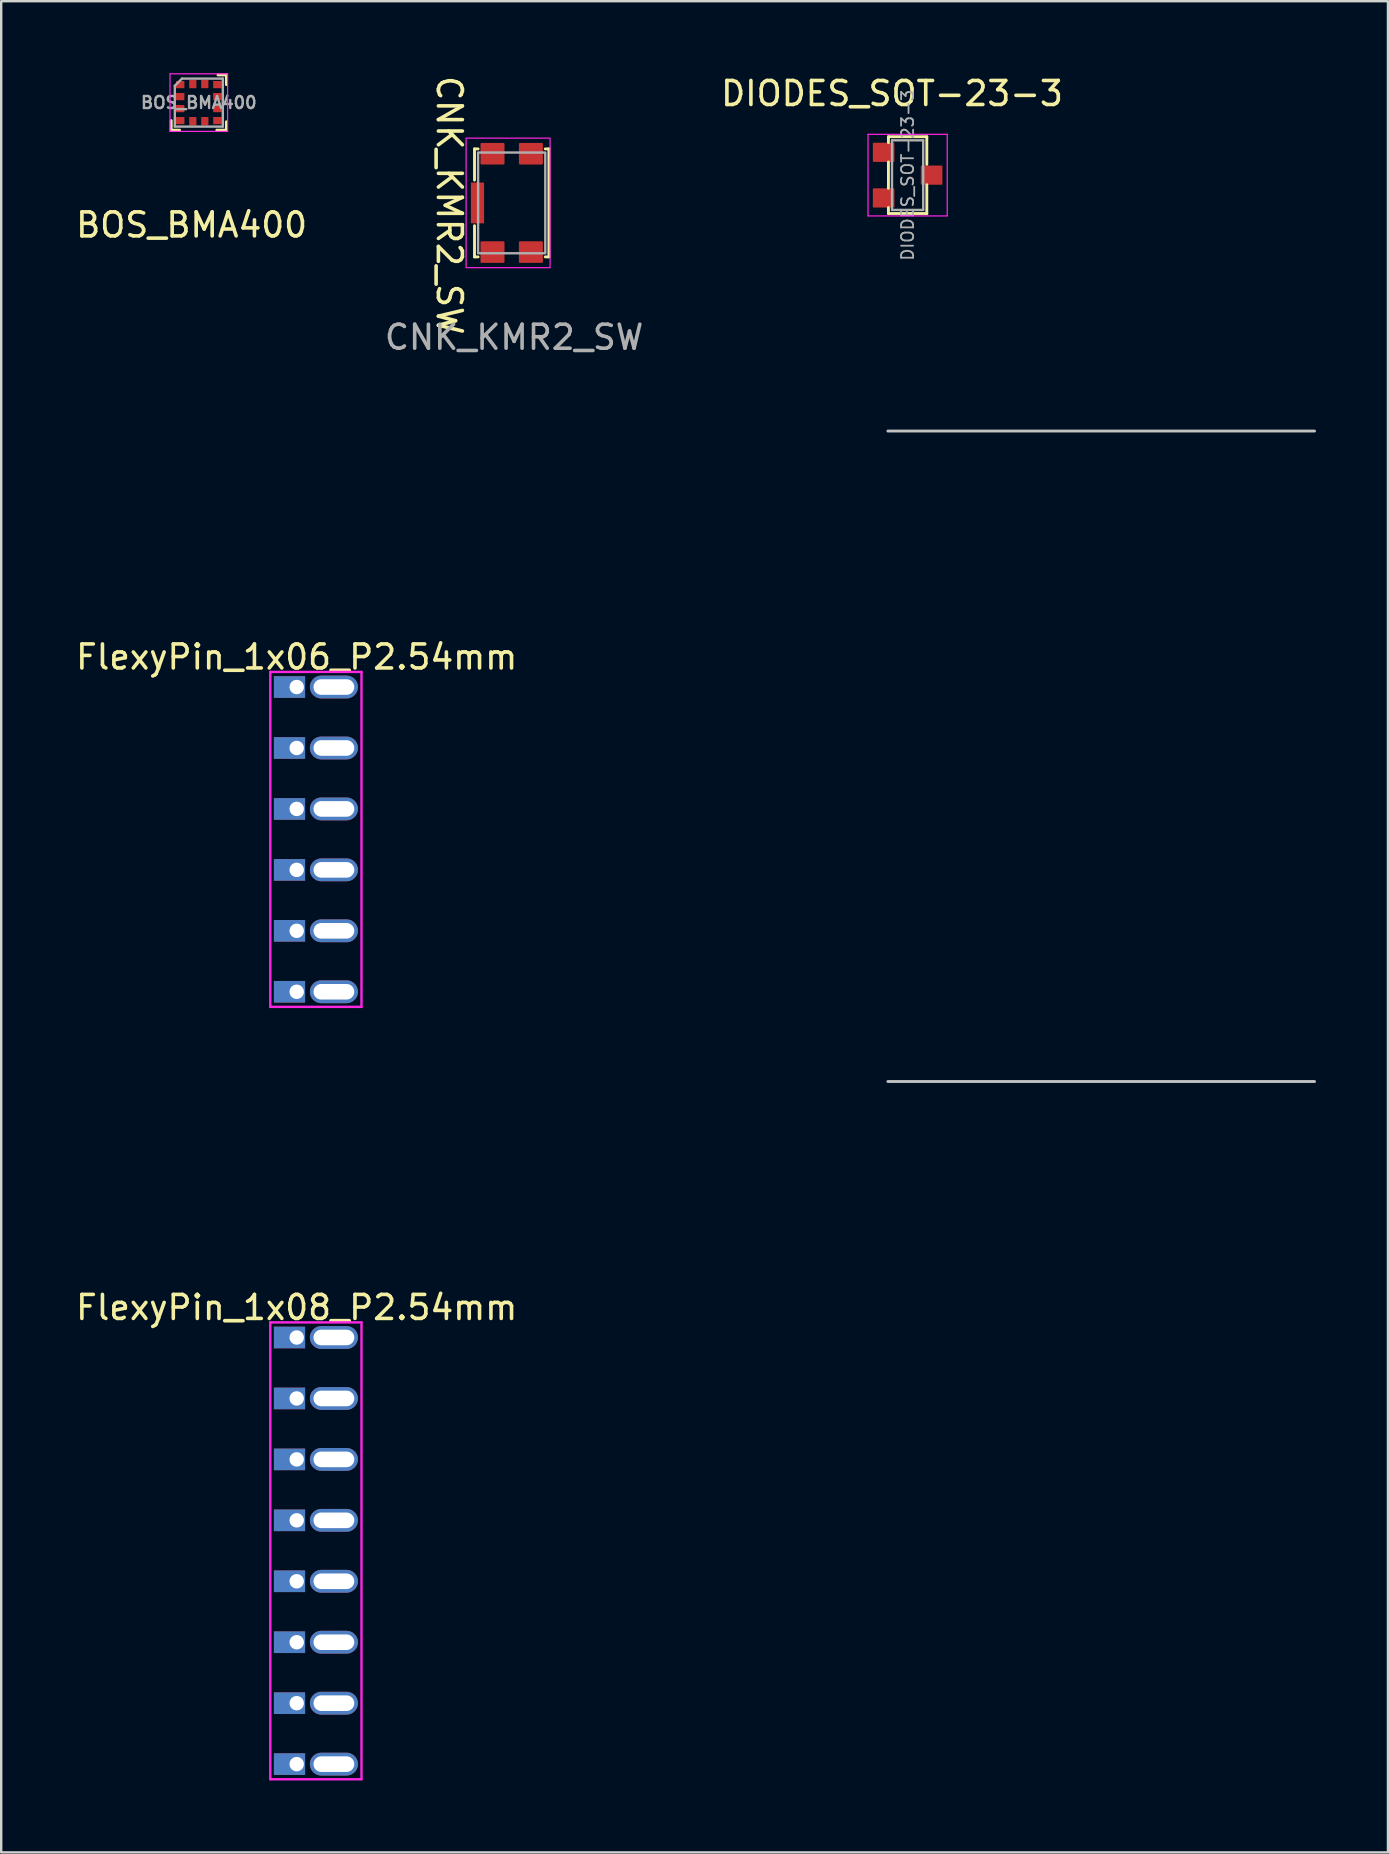
<source format=kicad_pcb>
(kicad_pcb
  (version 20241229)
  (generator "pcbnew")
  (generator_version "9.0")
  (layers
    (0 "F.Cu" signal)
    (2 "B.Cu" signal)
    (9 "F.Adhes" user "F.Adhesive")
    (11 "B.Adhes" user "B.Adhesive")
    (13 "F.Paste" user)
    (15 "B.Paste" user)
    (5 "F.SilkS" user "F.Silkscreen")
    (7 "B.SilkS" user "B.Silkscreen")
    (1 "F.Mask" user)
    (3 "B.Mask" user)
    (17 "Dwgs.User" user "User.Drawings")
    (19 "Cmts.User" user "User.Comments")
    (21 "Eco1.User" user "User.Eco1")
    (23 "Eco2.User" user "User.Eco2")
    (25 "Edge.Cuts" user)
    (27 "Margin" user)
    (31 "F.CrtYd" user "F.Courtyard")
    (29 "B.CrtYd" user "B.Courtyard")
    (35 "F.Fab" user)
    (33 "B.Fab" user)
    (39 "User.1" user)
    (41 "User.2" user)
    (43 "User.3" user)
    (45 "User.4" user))
  (footprint "DIODES_SOT-23-3"
    (layer "F.Cu")
    (at 34.775 4.248)
    (property "Reference" "DIODES_SOT-23-3" (at -0.65 -3.4 0) (layer "F.SilkS") (effects (font (size 1 1) (thickness 0.15))))
    (attr smd)
    (fp_line (start -0.8 -1.6) (end 0.8 -1.6) (stroke (width 0.12) (type solid)) (layer "F.SilkS"))
    (fp_line (start -0.8 -1.35) (end -0.8 -1.6) (stroke (width 0.12) (type solid)) (layer "F.SilkS"))
    (fp_line (start -0.8 0.55) (end -0.8 -0.55) (stroke (width 0.12) (type solid)) (layer "F.SilkS"))
    (fp_line (start -0.8 1.6) (end -0.8 1.35) (stroke (width 0.12) (type solid)) (layer "F.SilkS"))
    (fp_line (start 0.8 -1.6) (end 0.8 -0.45) (stroke (width 0.12) (type solid)) (layer "F.SilkS"))
    (fp_line (start 0.8 0.4) (end 0.8 1.6) (stroke (width 0.12) (type solid)) (layer "F.SilkS"))
    (fp_line (start 0.8 1.6) (end -0.8 1.6) (stroke (width 0.12) (type solid)) (layer "F.SilkS"))
    (fp_line (start -1.65 -1.7) (end -1.65 1.7) (stroke (width 0.05) (type solid)) (layer "F.CrtYd"))
    (fp_line (start -1.65 -1.7) (end 1.65 -1.7) (stroke (width 0.05) (type solid)) (layer "F.CrtYd"))
    (fp_line (start 1.65 1.7) (end -1.65 1.7) (stroke (width 0.05) (type solid)) (layer "F.CrtYd"))
    (fp_line (start 1.65 1.7) (end 1.65 -1.7) (stroke (width 0.05) (type solid)) (layer "F.CrtYd"))
    (fp_line (start -0.65 -1.45) (end 0.65 -1.45) (stroke (width 0.1) (type solid)) (layer "F.Fab"))
    (fp_line (start -0.65 1.45) (end -0.65 -1.45) (stroke (width 0.1) (type solid)) (layer "F.Fab"))
    (fp_line (start 0.65 -1.45) (end 0.65 1.45) (stroke (width 0.1) (type solid)) (layer "F.Fab"))
    (fp_line (start 0.65 1.45) (end -0.65 1.45) (stroke (width 0.1) (type solid)) (layer "F.Fab"))
    (fp_text user "${REFERENCE}" (at 0 0 90) (layer "F.Fab") (effects (font (size 0.5 0.5) (thickness 0.075))))
    (pad "1" smd roundrect (at -1 -0.95) (size 0.9 0.8) (layers "F.Cu" "F.Mask" "F.Paste") (roundrect_rratio 0.05))
    (pad "2" smd roundrect (at -1 0.95) (size 0.9 0.8) (layers "F.Cu" "F.Mask" "F.Paste") (roundrect_rratio 0.05))
    (pad "3" smd roundrect (at 1 0) (size 0.9 0.8) (layers "F.Cu" "F.Mask" "F.Paste") (roundrect_rratio 0.05)))
  (footprint "FlexyPin_1x06_P2.54mm"
    (layer "F.Cu")
    (at 9.315 25.582)
    (property "Reference" "FlexyPin_1x06_P2.54mm" (at 0 -1.25 0) (layer "F.SilkS") (effects (font (size 1 1) (thickness 0.15))))
    (attr through_hole)
    (fp_line (start 24.638 -10.668) (end 42.418 -10.668) (stroke (width 0.12) (type solid)) (layer "Dwgs.User"))
    (fp_line (start -1.1 -0.63) (end 2.7 -0.63) (stroke (width 0.1) (type solid)) (layer "F.CrtYd"))
    (fp_line (start -1.1 13.33) (end -1.1 -0.63) (stroke (width 0.1) (type solid)) (layer "F.CrtYd"))
    (fp_line (start 2.7 -0.63) (end 2.7 13.33) (stroke (width 0.1) (type solid)) (layer "F.CrtYd"))
    (fp_line (start 2.7 13.33) (end -1.1 13.33) (stroke (width 0.1) (type solid)) (layer "F.CrtYd"))
    (pad "" thru_hole oval (at 1.55 0) (size 2 0.95) (drill oval 1.7 0.65) (layers "*.Cu" "*.Mask"))
    (pad "" thru_hole oval (at 1.55 2.54) (size 2 0.95) (drill oval 1.7 0.65) (layers "*.Cu" "*.Mask"))
    (pad "" thru_hole oval (at 1.55 5.08) (size 2 0.95) (drill oval 1.7 0.65) (layers "*.Cu" "*.Mask"))
    (pad "" thru_hole oval (at 1.55 7.62) (size 2 0.95) (drill oval 1.7 0.65) (layers "*.Cu" "*.Mask"))
    (pad "" thru_hole oval (at 1.55 10.16) (size 2 0.95) (drill oval 1.7 0.65) (layers "*.Cu" "*.Mask"))
    (pad "" thru_hole oval (at 1.55 12.7) (size 2 0.95) (drill oval 1.7 0.65) (layers "*.Cu" "*.Mask"))
    (pad "1" thru_hole rect (at 0 0) (size 1.3 0.9) (drill 0.6 (offset -0.3 0)) (layers "*.Cu" "*.Mask"))
    (pad "2" thru_hole rect (at 0 2.54) (size 1.3 0.9) (drill 0.6 (offset -0.3 0)) (layers "*.Cu" "*.Mask"))
    (pad "3" thru_hole rect (at 0 5.08) (size 1.3 0.9) (drill 0.6 (offset -0.3 0)) (layers "*.Cu" "*.Mask"))
    (pad "4" thru_hole rect (at 0 7.62) (size 1.3 0.9) (drill 0.6 (offset -0.3 0)) (layers "*.Cu" "*.Mask"))
    (pad "5" thru_hole rect (at 0 10.16) (size 1.3 0.9) (drill 0.6 (offset -0.3 0)) (layers "*.Cu" "*.Mask"))
    (pad "6" thru_hole rect (at 0 12.7) (size 1.3 0.9) (drill 0.6 (offset -0.3 0)) (layers "*.Cu" "*.Mask")))
  (footprint "FlexyPin_1x08_P2.54mm"
    (layer "F.Cu")
    (at 9.315 52.69)
    (property "Reference" "FlexyPin_1x08_P2.54mm" (at 0 -1.25 0) (layer "F.SilkS") (effects (font (size 1 1) (thickness 0.15))))
    (attr through_hole)
    (fp_line (start 24.638 -10.668) (end 42.418 -10.668) (stroke (width 0.12) (type solid)) (layer "Dwgs.User"))
    (fp_line (start -1.1 -0.63) (end 2.7 -0.63) (stroke (width 0.1) (type solid)) (layer "F.CrtYd"))
    (fp_line (start -1.1 18.41) (end -1.1 -0.63) (stroke (width 0.1) (type solid)) (layer "F.CrtYd"))
    (fp_line (start 2.7 -0.63) (end 2.7 18.41) (stroke (width 0.1) (type solid)) (layer "F.CrtYd"))
    (fp_line (start 2.7 18.41) (end -1.1 18.41) (stroke (width 0.1) (type solid)) (layer "F.CrtYd"))
    (pad "" thru_hole oval (at 1.55 0) (size 2 0.95) (drill oval 1.7 0.65) (layers "*.Cu" "*.Mask"))
    (pad "" thru_hole oval (at 1.55 2.54) (size 2 0.95) (drill oval 1.7 0.65) (layers "*.Cu" "*.Mask"))
    (pad "" thru_hole oval (at 1.55 5.08) (size 2 0.95) (drill oval 1.7 0.65) (layers "*.Cu" "*.Mask"))
    (pad "" thru_hole oval (at 1.55 7.62) (size 2 0.95) (drill oval 1.7 0.65) (layers "*.Cu" "*.Mask"))
    (pad "" thru_hole oval (at 1.55 10.16) (size 2 0.95) (drill oval 1.7 0.65) (layers "*.Cu" "*.Mask"))
    (pad "" thru_hole oval (at 1.55 12.7) (size 2 0.95) (drill oval 1.7 0.65) (layers "*.Cu" "*.Mask"))
    (pad "" thru_hole oval (at 1.55 15.24) (size 2 0.95) (drill oval 1.7 0.65) (layers "*.Cu" "*.Mask"))
    (pad "" thru_hole oval (at 1.55 17.78) (size 2 0.95) (drill oval 1.7 0.65) (layers "*.Cu" "*.Mask"))
    (pad "1" thru_hole rect (at 0 0) (size 1.3 0.9) (drill 0.6 (offset -0.3 0)) (layers "*.Cu" "*.Mask"))
    (pad "2" thru_hole rect (at 0 2.54) (size 1.3 0.9) (drill 0.6 (offset -0.3 0)) (layers "*.Cu" "*.Mask"))
    (pad "3" thru_hole rect (at 0 5.08) (size 1.3 0.9) (drill 0.6 (offset -0.3 0)) (layers "*.Cu" "*.Mask"))
    (pad "4" thru_hole rect (at 0 7.62) (size 1.3 0.9) (drill 0.6 (offset -0.3 0)) (layers "*.Cu" "*.Mask"))
    (pad "5" thru_hole rect (at 0 10.16) (size 1.3 0.9) (drill 0.6 (offset -0.3 0)) (layers "*.Cu" "*.Mask"))
    (pad "6" thru_hole rect (at 0 12.7) (size 1.3 0.9) (drill 0.6 (offset -0.3 0)) (layers "*.Cu" "*.Mask"))
    (pad "7" thru_hole rect (at 0 15.24) (size 1.3 0.9) (drill 0.6 (offset -0.3 0)) (layers "*.Cu" "*.Mask"))
    (pad "8" thru_hole rect (at 0 17.78) (size 1.3 0.9) (drill 0.6 (offset -0.3 0)) (layers "*.Cu" "*.Mask")))
  (footprint "BOS_BMA400"
    (layer "F.Cu")
    (at 5.235 1.225)
    (property "Reference" "BOS_BMA400" (at -0.3 5.1 0) (unlocked yes) (layer "F.SilkS") (effects (font (size 1 1) (thickness 0.15))))
    (attr smd)
    (fp_line (start -1.15 0.75) (end -1.15 1.15) (stroke (width 0.12) (type solid)) (layer "F.SilkS"))
    (fp_line (start -1.15 1.15) (end -0.8 1.15) (stroke (width 0.12) (type solid)) (layer "F.SilkS"))
    (fp_line (start 0.75 1.15) (end 1.15 1.15) (stroke (width 0.12) (type solid)) (layer "F.SilkS"))
    (fp_line (start 1.15 -1.15) (end 0.8 -1.15) (stroke (width 0.12) (type solid)) (layer "F.SilkS"))
    (fp_line (start 1.15 -0.75) (end 1.15 -1.15) (stroke (width 0.12) (type solid)) (layer "F.SilkS"))
    (fp_line (start 1.15 1.15) (end 1.15 0.8) (stroke (width 0.12) (type solid)) (layer "F.SilkS"))
    (fp_line (start -1.2 -1.2) (end 1.2 -1.2) (stroke (width 0.05) (type solid)) (layer "F.CrtYd"))
    (fp_line (start -1.2 1.2) (end -1.2 -1.2) (stroke (width 0.05) (type solid)) (layer "F.CrtYd"))
    (fp_line (start 1.2 -1.2) (end 1.2 1.2) (stroke (width 0.05) (type solid)) (layer "F.CrtYd"))
    (fp_line (start 1.2 1.2) (end -1.2 1.2) (stroke (width 0.05) (type solid)) (layer "F.CrtYd"))
    (fp_line (start -1 -0.7) (end -0.7 -1) (stroke (width 0.1) (type solid)) (layer "F.Fab"))
    (fp_line (start -1 1) (end -1 -0.7) (stroke (width 0.1) (type solid)) (layer "F.Fab"))
    (fp_line (start -0.7 -1) (end 1 -1) (stroke (width 0.1) (type solid)) (layer "F.Fab"))
    (fp_line (start 1 -1) (end 1 1) (stroke (width 0.1) (type solid)) (layer "F.Fab"))
    (fp_line (start 1 1) (end -1 1) (stroke (width 0.1) (type solid)) (layer "F.Fab"))
    (fp_text user "${REFERENCE}" (at 0 0 0) (unlocked yes) (layer "F.Fab") (effects (font (size 0.5 0.5) (thickness 0.1))))
    (pad "1" smd roundrect (at -0.775 -0.75 270) (size 0.3 0.35) (layers "F.Cu" "F.Mask" "F.Paste") (roundrect_rratio 0.05))
    (pad "2" smd roundrect (at -0.775 -0.25 90) (size 0.3 0.35) (layers "F.Cu" "F.Mask" "F.Paste") (roundrect_rratio 0.05))
    (pad "3" smd roundrect (at -0.775 0.25 90) (size 0.3 0.35) (layers "F.Cu" "F.Mask" "F.Paste") (roundrect_rratio 0.05))
    (pad "4" smd roundrect (at -0.775 0.75 270) (size 0.3 0.35) (layers "F.Cu" "F.Mask" "F.Paste") (roundrect_rratio 0.05))
    (pad "5" smd roundrect (at -0.25 0.775 180) (size 0.3 0.35) (layers "F.Cu" "F.Mask" "F.Paste") (roundrect_rratio 0.05))
    (pad "6" smd roundrect (at 0.25 0.775 180) (size 0.3 0.35) (layers "F.Cu" "F.Mask" "F.Paste") (roundrect_rratio 0.05))
    (pad "7" smd roundrect (at 0.775 0.75 270) (size 0.3 0.35) (layers "F.Cu" "F.Mask" "F.Paste") (roundrect_rratio 0.05))
    (pad "8" smd roundrect (at 0.775 0.25 90) (size 0.3 0.35) (layers "F.Cu" "F.Mask" "F.Paste") (roundrect_rratio 0.05))
    (pad "9" smd roundrect (at 0.775 -0.25 90) (size 0.3 0.35) (layers "F.Cu" "F.Mask" "F.Paste") (roundrect_rratio 0.05))
    (pad "10" smd roundrect (at 0.775 -0.75 270) (size 0.3 0.35) (layers "F.Cu" "F.Mask" "F.Paste") (roundrect_rratio 0.05))
    (pad "11" smd roundrect (at 0.25 -0.775 180) (size 0.3 0.35) (layers "F.Cu" "F.Mask" "F.Paste") (roundrect_rratio 0.05))
    (pad "12" smd roundrect (at -0.25 -0.775 180) (size 0.3 0.35) (layers "F.Cu" "F.Mask" "F.Paste") (roundrect_rratio 0.05)))
  (footprint "CNK_KMR2_SW"
    (layer "F.Cu")
    (at 18.275 5.406)
    (property "Reference" "CNK_KMR2_SW" (at -2.6 0.1 270) (unlocked yes) (layer "F.SilkS") (effects (font (size 1 1) (thickness 0.15))))
    (attr smd)
    (fp_line (start -1.55 -2.25) (end -1.55 -0.95) (stroke (width 0.12) (type solid)) (layer "F.SilkS"))
    (fp_line (start -1.55 0.95) (end -1.55 2.25) (stroke (width 0.12) (type solid)) (layer "F.SilkS"))
    (fp_line (start -1.55 2.25) (end -1.4 2.25) (stroke (width 0.12) (type solid)) (layer "F.SilkS"))
    (fp_line (start -1.4 -2.25) (end -1.55 -2.25) (stroke (width 0.12) (type solid)) (layer "F.SilkS"))
    (fp_line (start 1.4 -2.25) (end 1.55 -2.25) (stroke (width 0.12) (type solid)) (layer "F.SilkS"))
    (fp_line (start 1.55 -2.25) (end 1.55 2.25) (stroke (width 0.12) (type solid)) (layer "F.SilkS"))
    (fp_line (start 1.55 2.25) (end 1.4 2.25) (stroke (width 0.12) (type solid)) (layer "F.SilkS"))
    (fp_rect (start -1.9 2.7) (end 1.6 -2.7) (stroke (width 0.05) (type solid)) (fill no) (layer "F.CrtYd"))
    (fp_rect (start -1.4 2.1) (end 1.4 -2.1) (stroke (width 0.1) (type solid)) (fill no) (layer "F.Fab"))
    (fp_text user "${REFERENCE}" (at 0.1 5.6 0) (unlocked yes) (layer "F.Fab") (effects (font (size 1 1) (thickness 0.15))))
    (pad "1" smd roundrect (at -0.8 -2.05) (size 1 0.9) (layers "F.Cu" "F.Mask" "F.Paste") (roundrect_rratio 0.05))
    (pad "2" smd roundrect (at 0.8 -2.05) (size 1 0.9) (layers "F.Cu" "F.Mask" "F.Paste") (roundrect_rratio 0.05))
    (pad "3" smd roundrect (at 0.8 2.05) (size 1 0.9) (layers "F.Cu" "F.Mask" "F.Paste") (roundrect_rratio 0.05))
    (pad "4" smd roundrect (at -0.8 2.05) (size 1 0.9) (layers "F.Cu" "F.Mask" "F.Paste") (roundrect_rratio 0.05))
    (pad "5" smd roundrect (at -1.425 0 270) (size 1.7 0.55) (layers "F.Cu" "F.Mask" "F.Paste") (roundrect_rratio 0.05)))
  (gr_rect
    (start -3 -3)
    (end 54.793 74.15)
    (stroke (width 0.1) (type default))
    (fill no)
    (layer "Edge.Cuts")))
</source>
